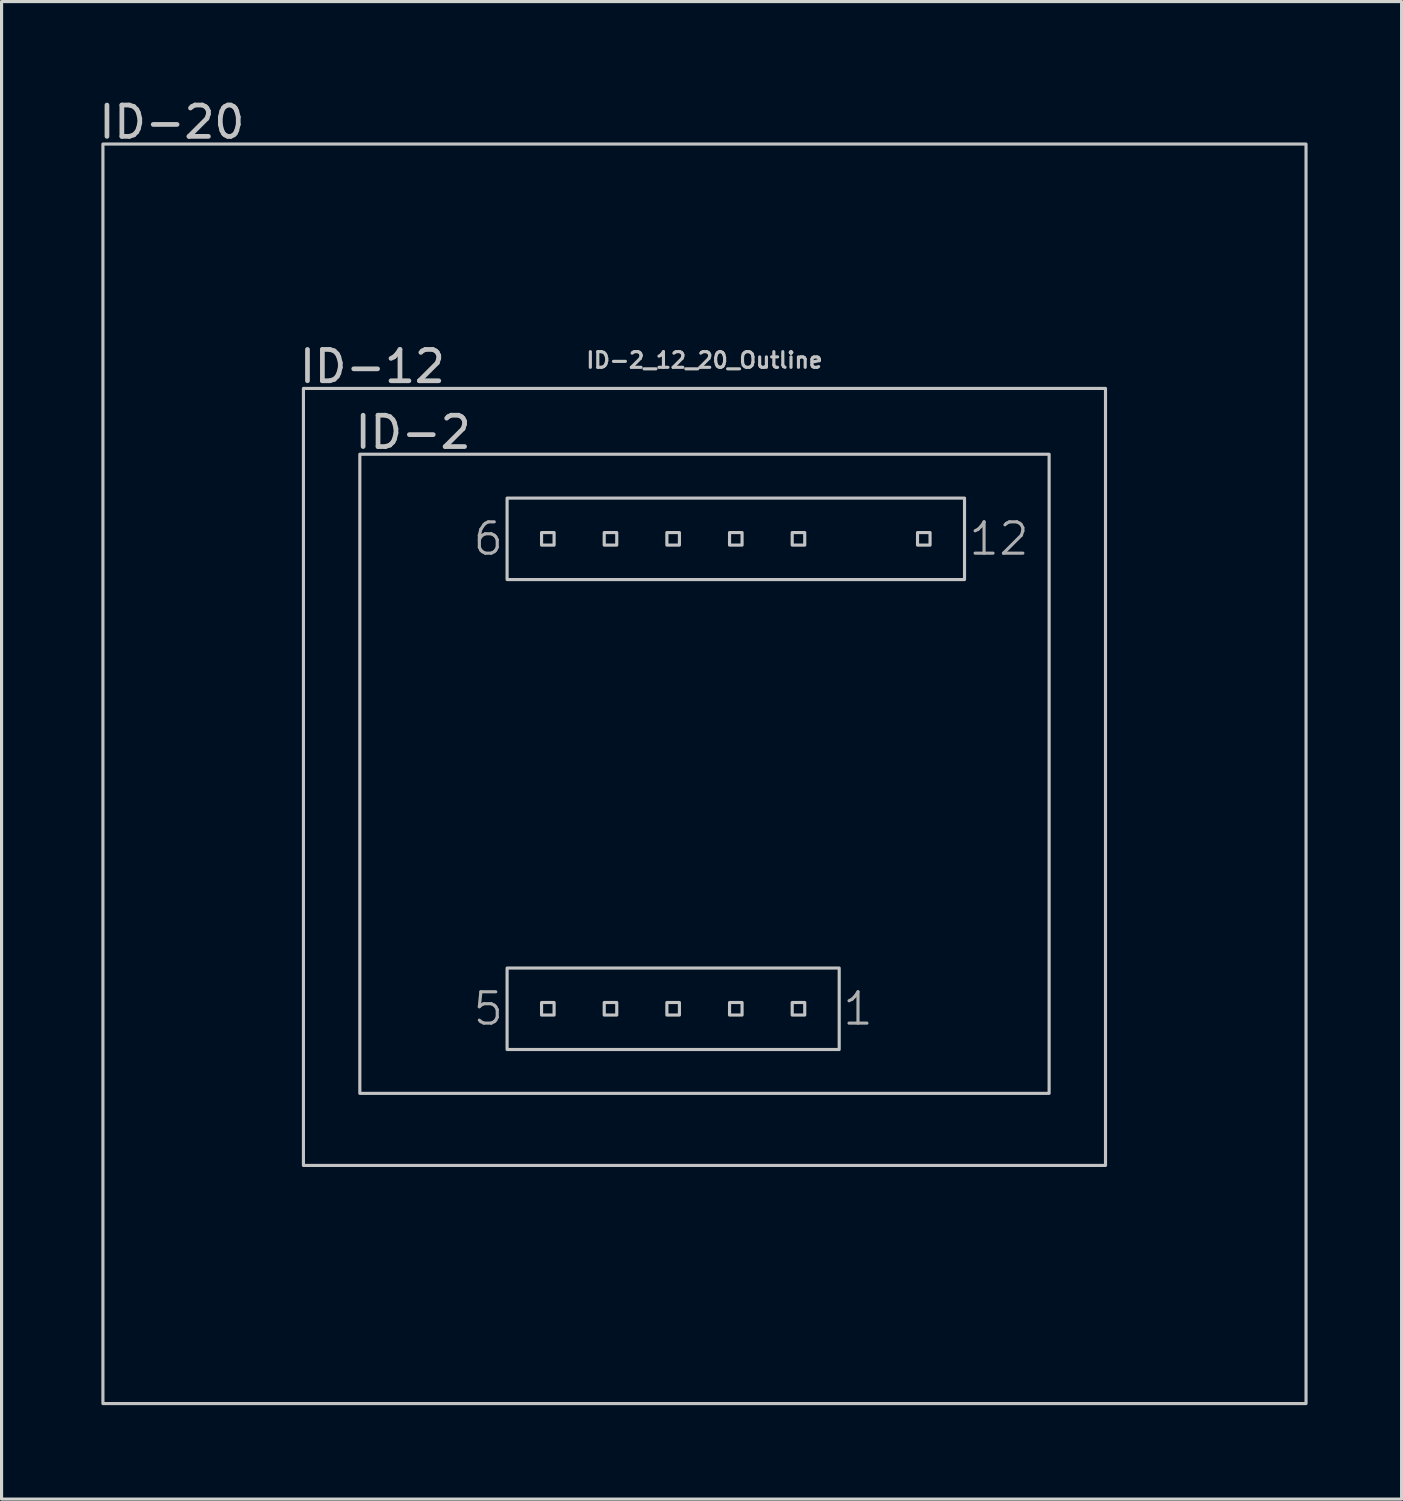
<source format=kicad_pcb>
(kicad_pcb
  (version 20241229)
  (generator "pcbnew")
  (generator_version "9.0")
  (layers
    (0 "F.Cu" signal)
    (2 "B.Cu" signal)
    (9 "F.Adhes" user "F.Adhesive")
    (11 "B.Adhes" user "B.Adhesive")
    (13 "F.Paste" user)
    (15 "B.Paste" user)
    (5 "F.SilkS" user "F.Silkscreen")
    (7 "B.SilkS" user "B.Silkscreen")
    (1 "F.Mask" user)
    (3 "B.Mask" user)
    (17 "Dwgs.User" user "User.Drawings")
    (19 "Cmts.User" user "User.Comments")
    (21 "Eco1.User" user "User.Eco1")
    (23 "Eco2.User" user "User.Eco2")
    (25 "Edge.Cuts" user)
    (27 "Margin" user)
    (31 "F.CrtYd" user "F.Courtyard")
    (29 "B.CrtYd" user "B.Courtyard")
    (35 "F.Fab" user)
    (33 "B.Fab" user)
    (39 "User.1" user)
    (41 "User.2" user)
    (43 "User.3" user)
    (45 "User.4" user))
  (footprint "ID-2_12_20_Outline"
    (layer "F.Cu")
    (at 19.435 21.648)
    (property "Reference" "ID-2_12_20_Outline" (at 0 -13.2 0) (unlocked yes) (layer "Dwgs.User") (effects (font (size 0.5 0.5) (thickness 0.1))))
    (attr smd)
    (fp_rect (start -19.2 -20.1) (end 19.2 20.1) (stroke (width 0.1) (type default)) (fill no) (layer "Dwgs.User"))
    (fp_rect (start -12.8 -12.3) (end 12.8 12.5) (stroke (width 0.1) (type default)) (fill no) (layer "Dwgs.User"))
    (fp_rect (start -11 -10.2) (end 11 10.2) (stroke (width 0.1) (type default)) (fill no) (layer "Dwgs.User"))
    (fp_rect (start -6.3 -8.8) (end 8.3 -6.2) (stroke (width 0.1) (type default)) (fill no) (layer "Dwgs.User"))
    (fp_rect (start -6.3 6.2) (end 4.3 8.8) (stroke (width 0.1) (type default)) (fill no) (layer "Dwgs.User"))
    (fp_rect (start -5.2 -7.7) (end -4.8 -7.3) (stroke (width 0.1) (type solid)) (fill no) (layer "Dwgs.User"))
    (fp_rect (start -5.2 7.3) (end -4.8 7.7) (stroke (width 0.1) (type solid)) (fill no) (layer "Dwgs.User"))
    (fp_rect (start -3.2 -7.7) (end -2.8 -7.3) (stroke (width 0.1) (type solid)) (fill no) (layer "Dwgs.User"))
    (fp_rect (start -3.2 7.3) (end -2.8 7.7) (stroke (width 0.1) (type solid)) (fill no) (layer "Dwgs.User"))
    (fp_rect (start -1.2 -7.7) (end -0.8 -7.3) (stroke (width 0.1) (type solid)) (fill no) (layer "Dwgs.User"))
    (fp_rect (start -1.2 7.3) (end -0.8 7.7) (stroke (width 0.1) (type solid)) (fill no) (layer "Dwgs.User"))
    (fp_rect (start 0.8 -7.7) (end 1.2 -7.3) (stroke (width 0.1) (type solid)) (fill no) (layer "Dwgs.User"))
    (fp_rect (start 0.8 7.3) (end 1.2 7.7) (stroke (width 0.1) (type solid)) (fill no) (layer "Dwgs.User"))
    (fp_rect (start 2.8 -7.7) (end 3.2 -7.3) (stroke (width 0.1) (type solid)) (fill no) (layer "Dwgs.User"))
    (fp_rect (start 2.8 7.3) (end 3.2 7.7) (stroke (width 0.1) (type solid)) (fill no) (layer "Dwgs.User"))
    (fp_rect (start 6.8 -7.7) (end 7.2 -7.3) (stroke (width 0.1) (type solid)) (fill no) (layer "Dwgs.User"))
    (fp_text user "ID-20" (at -17 -20.8 0) (unlocked yes) (layer "Dwgs.User") (effects (font (size 1 1) (thickness 0.15))))
    (fp_text user "ID-12" (at -10.6 -13 0) (unlocked yes) (layer "Dwgs.User") (effects (font (size 1 1) (thickness 0.15))))
    (fp_text user "ID-2" (at -9.3 -10.9 0) (unlocked yes) (layer "Dwgs.User") (effects (font (size 1 1) (thickness 0.15))))
    (fp_text user "12" (at 9.4 -7.5 0) (unlocked yes) (layer "F.Fab") (effects (font (size 1 1) (thickness 0.1))))
    (fp_text user "1" (at 4.9 7.5 0) (unlocked yes) (layer "F.Fab") (effects (font (size 1 1) (thickness 0.1))))
    (fp_text user "5" (at -6.9 7.5 0) (unlocked yes) (layer "F.Fab") (effects (font (size 1 1) (thickness 0.1))))
    (fp_text user "6" (at -6.9 -7.5 0) (unlocked yes) (layer "F.Fab") (effects (font (size 1 1) (thickness 0.1)))))
  (gr_rect
    (start -3 -3)
    (end 41.685 44.798)
    (stroke (width 0.1) (type default))
    (fill no)
    (layer "Edge.Cuts")))
</source>
